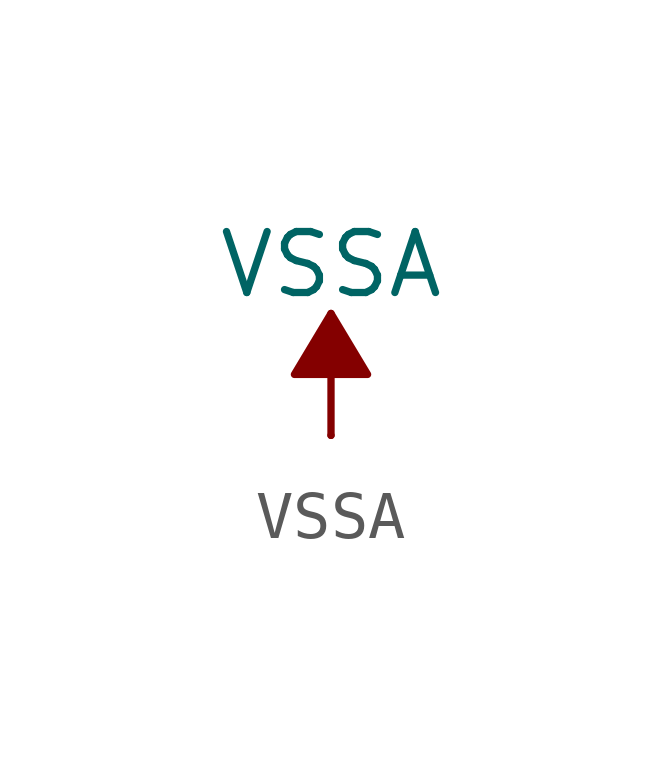
<source format=kicad_sym>
(kicad_symbol_lib
  (version 20241209)
  (generator "kicad_symbol_editor")
  (generator_version "9.0")
  (symbol "VSSA"
    (power)
    (pin_numbers
      (hide yes))
    (pin_names
      (offset 0)
      (hide yes))
    (property "Reference" "#PWR"
      (at 0 -3.81 0)
      (effects (font (size 1.27 1.27)) (hide yes)))
    (property "Value" "VSSA"
      (at 0 3.556 0)
      (effects (font (size 1.27 1.27))))
    (symbol "VSSA_0_1"
      (polyline (pts (xy 0 0) (xy 0 2.54)) (stroke (width 0) (type default)) (fill (type none)))
      (polyline (pts (xy 0.762 1.27) (xy -0.762 1.27) (xy 0 2.54) (xy 0.762 1.27)) (stroke (width 0) (type default)) (fill (type outline))))
    (symbol "VSSA_1_1"
      (pin power_in line (at 0 0 90) (length 0) (name "~" (effects (font (size 1.27 1.27)))) (number "1" (effects (font (size 1.27 1.27))))))))
</source>
